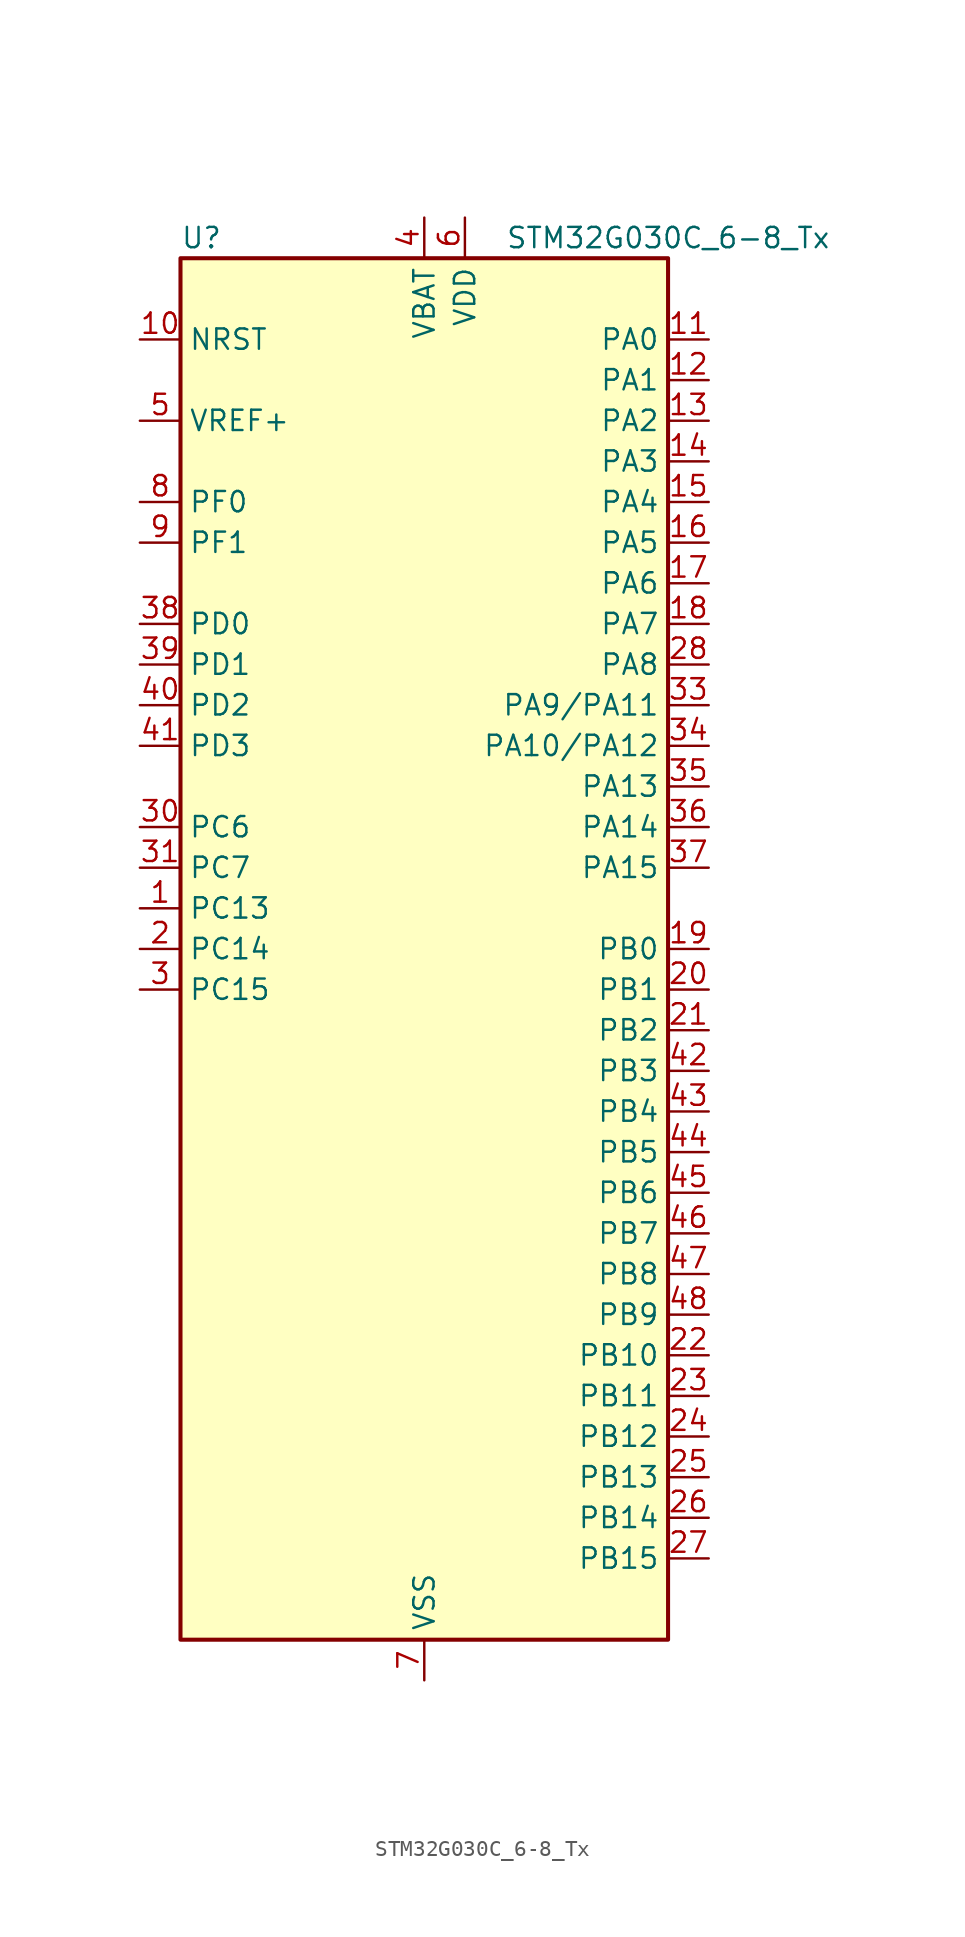
<source format=kicad_sym>
(kicad_symbol_lib
  (version 20231120)
  (generator "kicad-library-utils")
  (generator_version "8.0")
  (symbol "STM32G030C_6-8_Tx"
    (property "Reference" "U"
      (at -15.24 44.45 0)
      (effects (font (size 1.27 1.27)) (justify left)))
    (property "Value" "STM32G030C_6-8_Tx"
      (at 5.08 44.45 0)
      (effects (font (size 1.27 1.27)) (justify left)))
    (symbol "STM32G030C_6-8_Tx_0_1"
      (rectangle (start -15.24 -43.18) (end 15.24 43.18) (stroke (width 0.254) (type default)) (fill (type background))))
    (symbol "STM32G030C_6-8_Tx_1_1"
      (pin bidirectional line (at -17.78 2.54 0) (length 2.54) (name "PC13" (effects (font (size 1.27 1.27)))) (number "1" (effects (font (size 1.27 1.27)))) (alternate "RTC_OUT_ALARM" bidirectional line) (alternate "RTC_OUT_CALIB" bidirectional line) (alternate "RTC_TAMP_IN1" bidirectional line) (alternate "RTC_TS" bidirectional line) (alternate "SYS_WKUP2" bidirectional line) (alternate "TIM1_BK" bidirectional line))
      (pin input line (at -17.78 38.1 0) (length 2.54) (name "NRST" (effects (font (size 1.27 1.27)))) (number "10" (effects (font (size 1.27 1.27)))))
      (pin bidirectional line (at 17.78 38.1 180) (length 2.54) (name "PA0" (effects (font (size 1.27 1.27)))) (number "11" (effects (font (size 1.27 1.27)))) (alternate "ADC1_IN0" bidirectional line) (alternate "RTC_TAMP_IN2" bidirectional line) (alternate "SPI2_SCK" bidirectional line) (alternate "SYS_WKUP1" bidirectional line) (alternate "USART2_CTS" bidirectional line) (alternate "USART2_NSS" bidirectional line))
      (pin bidirectional line (at 17.78 35.56 180) (length 2.54) (name "PA1" (effects (font (size 1.27 1.27)))) (number "12" (effects (font (size 1.27 1.27)))) (alternate "ADC1_IN1" bidirectional line) (alternate "I2C1_SMBA" bidirectional line) (alternate "I2S1_CK" bidirectional line) (alternate "SPI1_SCK" bidirectional line) (alternate "USART2_CK" bidirectional line) (alternate "USART2_DE" bidirectional line) (alternate "USART2_RTS" bidirectional line))
      (pin bidirectional line (at 17.78 33.02 180) (length 2.54) (name "PA2" (effects (font (size 1.27 1.27)))) (number "13" (effects (font (size 1.27 1.27)))) (alternate "ADC1_IN2" bidirectional line) (alternate "I2S1_SD" bidirectional line) (alternate "RCC_LSCO" bidirectional line) (alternate "SPI1_MOSI" bidirectional line) (alternate "SYS_WKUP4" bidirectional line) (alternate "USART2_TX" bidirectional line))
      (pin bidirectional line (at 17.78 30.48 180) (length 2.54) (name "PA3" (effects (font (size 1.27 1.27)))) (number "14" (effects (font (size 1.27 1.27)))) (alternate "ADC1_IN3" bidirectional line) (alternate "SPI2_MISO" bidirectional line) (alternate "USART2_RX" bidirectional line))
      (pin bidirectional line (at 17.78 27.94 180) (length 2.54) (name "PA4" (effects (font (size 1.27 1.27)))) (number "15" (effects (font (size 1.27 1.27)))) (alternate "ADC1_IN4" bidirectional line) (alternate "I2S1_WS" bidirectional line) (alternate "RTC_OUT_ALARM" bidirectional line) (alternate "RTC_OUT_CALIB" bidirectional line) (alternate "SPI1_NSS" bidirectional line) (alternate "SPI2_MOSI" bidirectional line) (alternate "TIM14_CH1" bidirectional line))
      (pin bidirectional line (at 17.78 25.4 180) (length 2.54) (name "PA5" (effects (font (size 1.27 1.27)))) (number "16" (effects (font (size 1.27 1.27)))) (alternate "ADC1_IN5" bidirectional line) (alternate "I2S1_CK" bidirectional line) (alternate "SPI1_SCK" bidirectional line))
      (pin bidirectional line (at 17.78 22.86 180) (length 2.54) (name "PA6" (effects (font (size 1.27 1.27)))) (number "17" (effects (font (size 1.27 1.27)))) (alternate "ADC1_IN6" bidirectional line) (alternate "I2S1_MCK" bidirectional line) (alternate "SPI1_MISO" bidirectional line) (alternate "TIM16_CH1" bidirectional line) (alternate "TIM1_BK" bidirectional line) (alternate "TIM3_CH1" bidirectional line))
      (pin bidirectional line (at 17.78 20.32 180) (length 2.54) (name "PA7" (effects (font (size 1.27 1.27)))) (number "18" (effects (font (size 1.27 1.27)))) (alternate "ADC1_IN7" bidirectional line) (alternate "I2S1_SD" bidirectional line) (alternate "SPI1_MOSI" bidirectional line) (alternate "TIM14_CH1" bidirectional line) (alternate "TIM17_CH1" bidirectional line) (alternate "TIM1_CH1N" bidirectional line) (alternate "TIM3_CH2" bidirectional line))
      (pin bidirectional line (at 17.78 0 180) (length 2.54) (name "PB0" (effects (font (size 1.27 1.27)))) (number "19" (effects (font (size 1.27 1.27)))) (alternate "ADC1_IN8" bidirectional line) (alternate "I2S1_WS" bidirectional line) (alternate "SPI1_NSS" bidirectional line) (alternate "TIM1_CH2N" bidirectional line) (alternate "TIM3_CH3" bidirectional line))
      (pin bidirectional line (at -17.78 0 0) (length 2.54) (name "PC14" (effects (font (size 1.27 1.27)))) (number "2" (effects (font (size 1.27 1.27)))) (alternate "RCC_OSC32_IN" bidirectional line) (alternate "TIM1_BK2" bidirectional line))
      (pin bidirectional line (at 17.78 -2.54 180) (length 2.54) (name "PB1" (effects (font (size 1.27 1.27)))) (number "20" (effects (font (size 1.27 1.27)))) (alternate "ADC1_IN9" bidirectional line) (alternate "TIM14_CH1" bidirectional line) (alternate "TIM1_CH3N" bidirectional line) (alternate "TIM3_CH4" bidirectional line))
      (pin bidirectional line (at 17.78 -5.08 180) (length 2.54) (name "PB2" (effects (font (size 1.27 1.27)))) (number "21" (effects (font (size 1.27 1.27)))) (alternate "ADC1_IN10" bidirectional line) (alternate "SPI2_MISO" bidirectional line))
      (pin bidirectional line (at 17.78 -25.4 180) (length 2.54) (name "PB10" (effects (font (size 1.27 1.27)))) (number "22" (effects (font (size 1.27 1.27)))) (alternate "ADC1_IN11" bidirectional line) (alternate "I2C2_SCL" bidirectional line) (alternate "SPI2_SCK" bidirectional line))
      (pin bidirectional line (at 17.78 -27.94 180) (length 2.54) (name "PB11" (effects (font (size 1.27 1.27)))) (number "23" (effects (font (size 1.27 1.27)))) (alternate "ADC1_EXTI11" bidirectional line) (alternate "ADC1_IN15" bidirectional line) (alternate "I2C2_SDA" bidirectional line) (alternate "SPI2_MOSI" bidirectional line))
      (pin bidirectional line (at 17.78 -30.48 180) (length 2.54) (name "PB12" (effects (font (size 1.27 1.27)))) (number "24" (effects (font (size 1.27 1.27)))) (alternate "ADC1_IN16" bidirectional line) (alternate "SPI2_NSS" bidirectional line) (alternate "TIM1_BK" bidirectional line))
      (pin bidirectional line (at 17.78 -33.02 180) (length 2.54) (name "PB13" (effects (font (size 1.27 1.27)))) (number "25" (effects (font (size 1.27 1.27)))) (alternate "I2C2_SCL" bidirectional line) (alternate "SPI2_SCK" bidirectional line) (alternate "TIM1_CH1N" bidirectional line))
      (pin bidirectional line (at 17.78 -35.56 180) (length 2.54) (name "PB14" (effects (font (size 1.27 1.27)))) (number "26" (effects (font (size 1.27 1.27)))) (alternate "I2C2_SDA" bidirectional line) (alternate "SPI2_MISO" bidirectional line) (alternate "TIM1_CH2N" bidirectional line))
      (pin bidirectional line (at 17.78 -38.1 180) (length 2.54) (name "PB15" (effects (font (size 1.27 1.27)))) (number "27" (effects (font (size 1.27 1.27)))) (alternate "RTC_REFIN" bidirectional line) (alternate "SPI2_MOSI" bidirectional line) (alternate "TIM1_CH3N" bidirectional line))
      (pin bidirectional line (at 17.78 17.78 180) (length 2.54) (name "PA8" (effects (font (size 1.27 1.27)))) (number "28" (effects (font (size 1.27 1.27)))) (alternate "RCC_MCO" bidirectional line) (alternate "SPI2_NSS" bidirectional line) (alternate "TIM1_CH1" bidirectional line))
      (pin no_connect line (at -15.24 -43.18 0) (length 2.54) hide (name "NC/PA9" (effects (font (size 1.27 1.27)))) (number "29" (effects (font (size 1.27 1.27)))) (alternate "NC" bidirectional line) (alternate "PA9" bidirectional line) (alternate "I2C1_SCL (PA9)" bidirectional line) (alternate "RCC_MCO (PA9)" bidirectional line) (alternate "SPI2_MISO (PA9)" bidirectional line) (alternate "TIM1_CH2 (PA9)" bidirectional line) (alternate "USART1_TX (PA9)" bidirectional line))
      (pin bidirectional line (at -17.78 -2.54 0) (length 2.54) (name "PC15" (effects (font (size 1.27 1.27)))) (number "3" (effects (font (size 1.27 1.27)))) (alternate "RCC_OSC32_EN" bidirectional line) (alternate "RCC_OSC32_OUT" bidirectional line) (alternate "RCC_OSC_EN" bidirectional line))
      (pin bidirectional line (at -17.78 7.62 0) (length 2.54) (name "PC6" (effects (font (size 1.27 1.27)))) (number "30" (effects (font (size 1.27 1.27)))) (alternate "TIM3_CH1" bidirectional line))
      (pin bidirectional line (at -17.78 5.08 0) (length 2.54) (name "PC7" (effects (font (size 1.27 1.27)))) (number "31" (effects (font (size 1.27 1.27)))) (alternate "TIM3_CH2" bidirectional line))
      (pin no_connect line (at -15.24 -40.64 0) (length 2.54) hide (name "NC/PA10" (effects (font (size 1.27 1.27)))) (number "32" (effects (font (size 1.27 1.27)))) (alternate "NC" bidirectional line) (alternate "PA10" bidirectional line) (alternate "I2C1_SDA (PA10)" bidirectional line) (alternate "SPI2_MOSI (PA10)" bidirectional line) (alternate "TIM17_BK (PA10)" bidirectional line) (alternate "TIM1_CH3 (PA10)" bidirectional line) (alternate "USART1_RX (PA10)" bidirectional line))
      (pin bidirectional line (at 17.78 15.24 180) (length 2.54) (name "PA9/PA11" (effects (font (size 1.27 1.27)))) (number "33" (effects (font (size 1.27 1.27)))) (alternate "PA9" bidirectional line) (alternate "I2C1_SCL (PA9)" bidirectional line) (alternate "RCC_MCO (PA9)" bidirectional line) (alternate "SPI2_MISO (PA9)" bidirectional line) (alternate "TIM1_CH2 (PA9)" bidirectional line) (alternate "USART1_TX (PA9)" bidirectional line) (alternate "PA11" bidirectional line) (alternate "ADC1_EXTI11 (PA11)" bidirectional line) (alternate "I2C2_SCL (PA11)" bidirectional line) (alternate "I2S1_MCK (PA11)" bidirectional line) (alternate "SPI1_MISO (PA11)" bidirectional line) (alternate "TIM1_BK2 (PA11)" bidirectional line) (alternate "TIM1_CH4 (PA11)" bidirectional line) (alternate "USART1_CTS (PA11)" bidirectional line) (alternate "USART1_NSS (PA11)" bidirectional line))
      (pin bidirectional line (at 17.78 12.7 180) (length 2.54) (name "PA10/PA12" (effects (font (size 1.27 1.27)))) (number "34" (effects (font (size 1.27 1.27)))) (alternate "PA10" bidirectional line) (alternate "I2C1_SDA (PA10)" bidirectional line) (alternate "SPI2_MOSI (PA10)" bidirectional line) (alternate "TIM17_BK (PA10)" bidirectional line) (alternate "TIM1_CH3 (PA10)" bidirectional line) (alternate "USART1_RX (PA10)" bidirectional line) (alternate "PA12" bidirectional line) (alternate "I2C2_SDA (PA12)" bidirectional line) (alternate "I2S1_SD (PA12)" bidirectional line) (alternate "I2S_CKIN (PA12)" bidirectional line) (alternate "SPI1_MOSI (PA12)" bidirectional line) (alternate "TIM1_ETR (PA12)" bidirectional line) (alternate "USART1_CK (PA12)" bidirectional line) (alternate "USART1_DE (PA12)" bidirectional line) (alternate "USART1_RTS (PA12)" bidirectional line))
      (pin bidirectional line (at 17.78 10.16 180) (length 2.54) (name "PA13" (effects (font (size 1.27 1.27)))) (number "35" (effects (font (size 1.27 1.27)))) (alternate "ADC1_IN17" bidirectional line) (alternate "IR_OUT" bidirectional line) (alternate "SYS_SWDIO" bidirectional line))
      (pin bidirectional line (at 17.78 7.62 180) (length 2.54) (name "PA14" (effects (font (size 1.27 1.27)))) (number "36" (effects (font (size 1.27 1.27)))) (alternate "ADC1_IN18" bidirectional line) (alternate "SYS_SWCLK" bidirectional line) (alternate "USART2_TX" bidirectional line))
      (pin bidirectional line (at 17.78 5.08 180) (length 2.54) (name "PA15" (effects (font (size 1.27 1.27)))) (number "37" (effects (font (size 1.27 1.27)))) (alternate "I2S1_WS" bidirectional line) (alternate "SPI1_NSS" bidirectional line) (alternate "USART2_RX" bidirectional line))
      (pin bidirectional line (at -17.78 20.32 0) (length 2.54) (name "PD0" (effects (font (size 1.27 1.27)))) (number "38" (effects (font (size 1.27 1.27)))) (alternate "SPI2_NSS" bidirectional line) (alternate "TIM16_CH1" bidirectional line))
      (pin bidirectional line (at -17.78 17.78 0) (length 2.54) (name "PD1" (effects (font (size 1.27 1.27)))) (number "39" (effects (font (size 1.27 1.27)))) (alternate "SPI2_SCK" bidirectional line) (alternate "TIM17_CH1" bidirectional line))
      (pin power_in line (at 0 45.72 270) (length 2.54) (name "VBAT" (effects (font (size 1.27 1.27)))) (number "4" (effects (font (size 1.27 1.27)))))
      (pin bidirectional line (at -17.78 15.24 0) (length 2.54) (name "PD2" (effects (font (size 1.27 1.27)))) (number "40" (effects (font (size 1.27 1.27)))) (alternate "TIM1_CH1N" bidirectional line) (alternate "TIM3_ETR" bidirectional line))
      (pin bidirectional line (at -17.78 12.7 0) (length 2.54) (name "PD3" (effects (font (size 1.27 1.27)))) (number "41" (effects (font (size 1.27 1.27)))) (alternate "SPI2_MISO" bidirectional line) (alternate "TIM1_CH2N" bidirectional line) (alternate "USART2_CTS" bidirectional line) (alternate "USART2_NSS" bidirectional line))
      (pin bidirectional line (at 17.78 -7.62 180) (length 2.54) (name "PB3" (effects (font (size 1.27 1.27)))) (number "42" (effects (font (size 1.27 1.27)))) (alternate "I2S1_CK" bidirectional line) (alternate "SPI1_SCK" bidirectional line) (alternate "TIM1_CH2" bidirectional line) (alternate "USART1_CK" bidirectional line) (alternate "USART1_DE" bidirectional line) (alternate "USART1_RTS" bidirectional line))
      (pin bidirectional line (at 17.78 -10.16 180) (length 2.54) (name "PB4" (effects (font (size 1.27 1.27)))) (number "43" (effects (font (size 1.27 1.27)))) (alternate "I2S1_MCK" bidirectional line) (alternate "SPI1_MISO" bidirectional line) (alternate "TIM17_BK" bidirectional line) (alternate "TIM3_CH1" bidirectional line) (alternate "USART1_CTS" bidirectional line) (alternate "USART1_NSS" bidirectional line))
      (pin bidirectional line (at 17.78 -12.7 180) (length 2.54) (name "PB5" (effects (font (size 1.27 1.27)))) (number "44" (effects (font (size 1.27 1.27)))) (alternate "I2C1_SMBA" bidirectional line) (alternate "I2S1_SD" bidirectional line) (alternate "SPI1_MOSI" bidirectional line) (alternate "SYS_WKUP6" bidirectional line) (alternate "TIM16_BK" bidirectional line) (alternate "TIM3_CH2" bidirectional line))
      (pin bidirectional line (at 17.78 -15.24 180) (length 2.54) (name "PB6" (effects (font (size 1.27 1.27)))) (number "45" (effects (font (size 1.27 1.27)))) (alternate "I2C1_SCL" bidirectional line) (alternate "SPI2_MISO" bidirectional line) (alternate "TIM16_CH1N" bidirectional line) (alternate "TIM1_CH3" bidirectional line) (alternate "USART1_TX" bidirectional line))
      (pin bidirectional line (at 17.78 -17.78 180) (length 2.54) (name "PB7" (effects (font (size 1.27 1.27)))) (number "46" (effects (font (size 1.27 1.27)))) (alternate "I2C1_SDA" bidirectional line) (alternate "SPI2_MOSI" bidirectional line) (alternate "SYS_PVD_IN" bidirectional line) (alternate "TIM17_CH1N" bidirectional line) (alternate "USART1_RX" bidirectional line))
      (pin bidirectional line (at 17.78 -20.32 180) (length 2.54) (name "PB8" (effects (font (size 1.27 1.27)))) (number "47" (effects (font (size 1.27 1.27)))) (alternate "I2C1_SCL" bidirectional line) (alternate "SPI2_SCK" bidirectional line) (alternate "TIM16_CH1" bidirectional line))
      (pin bidirectional line (at 17.78 -22.86 180) (length 2.54) (name "PB9" (effects (font (size 1.27 1.27)))) (number "48" (effects (font (size 1.27 1.27)))) (alternate "I2C1_SDA" bidirectional line) (alternate "IR_OUT" bidirectional line) (alternate "SPI2_NSS" bidirectional line) (alternate "TIM17_CH1" bidirectional line))
      (pin input line (at -17.78 33.02 0) (length 2.54) (name "VREF+" (effects (font (size 1.27 1.27)))) (number "5" (effects (font (size 1.27 1.27)))) (alternate "VREFBUF_OUT" bidirectional line))
      (pin power_in line (at 2.54 45.72 270) (length 2.54) (name "VDD" (effects (font (size 1.27 1.27)))) (number "6" (effects (font (size 1.27 1.27)))))
      (pin power_in line (at 0 -45.72 90) (length 2.54) (name "VSS" (effects (font (size 1.27 1.27)))) (number "7" (effects (font (size 1.27 1.27)))))
      (pin bidirectional line (at -17.78 27.94 0) (length 2.54) (name "PF0" (effects (font (size 1.27 1.27)))) (number "8" (effects (font (size 1.27 1.27)))) (alternate "RCC_OSC_IN" bidirectional line) (alternate "TIM14_CH1" bidirectional line))
      (pin bidirectional line (at -17.78 25.4 0) (length 2.54) (name "PF1" (effects (font (size 1.27 1.27)))) (number "9" (effects (font (size 1.27 1.27)))) (alternate "RCC_OSC_EN" bidirectional line) (alternate "RCC_OSC_OUT" bidirectional line)))))
</source>
